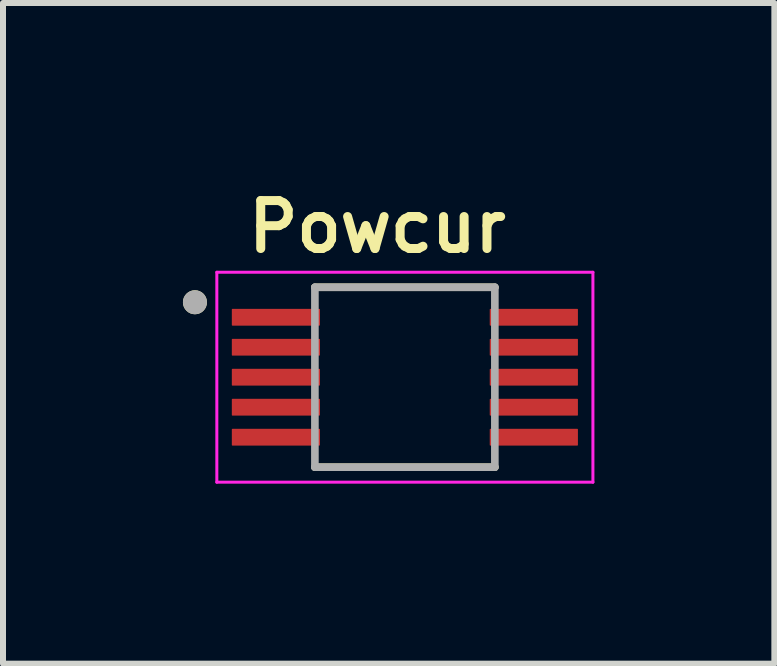
<source format=kicad_pcb>
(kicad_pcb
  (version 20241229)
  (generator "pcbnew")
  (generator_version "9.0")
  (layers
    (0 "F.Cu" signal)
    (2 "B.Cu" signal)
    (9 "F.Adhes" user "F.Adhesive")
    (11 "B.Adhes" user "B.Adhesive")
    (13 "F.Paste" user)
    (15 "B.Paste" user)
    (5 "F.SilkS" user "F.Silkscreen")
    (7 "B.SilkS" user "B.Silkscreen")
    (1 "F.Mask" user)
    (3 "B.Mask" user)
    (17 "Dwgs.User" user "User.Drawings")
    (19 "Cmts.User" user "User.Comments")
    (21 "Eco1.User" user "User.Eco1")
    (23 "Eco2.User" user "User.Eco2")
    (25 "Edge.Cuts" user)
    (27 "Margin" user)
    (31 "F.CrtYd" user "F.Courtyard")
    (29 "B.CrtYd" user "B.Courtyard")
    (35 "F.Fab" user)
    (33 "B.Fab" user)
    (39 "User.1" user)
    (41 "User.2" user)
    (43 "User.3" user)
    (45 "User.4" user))
  (footprint "Powcur"
    (layer "F.Cu")
    (at 3.7 3.239)
    (property "Reference" "Powcur" (at -0.46 -2.508 0) (layer "F.SilkS") (effects (font (size 0.8 0.8) (thickness 0.15))))
    (attr smd)
    (fp_line (start -1.5 -1.5) (end 1.5 -1.5) (stroke (width 0.127) (type solid)) (layer "F.SilkS"))
    (fp_line (start -1.5 1.5) (end 1.5 1.5) (stroke (width 0.127) (type solid)) (layer "F.SilkS"))
    (fp_circle (center -3.5 -1.25) (end -3.4 -1.25) (stroke (width 0.2) (type solid)) (fill no) (layer "F.SilkS"))
    (fp_line (start -3.135 -1.75) (end -3.135 1.75) (stroke (width 0.05) (type solid)) (layer "F.CrtYd"))
    (fp_line (start -3.135 -1.75) (end 3.135 -1.75) (stroke (width 0.05) (type solid)) (layer "F.CrtYd"))
    (fp_line (start -3.135 1.75) (end 3.135 1.75) (stroke (width 0.05) (type solid)) (layer "F.CrtYd"))
    (fp_line (start 3.135 -1.75) (end 3.135 1.75) (stroke (width 0.05) (type solid)) (layer "F.CrtYd"))
    (fp_line (start -1.5 -1.5) (end -1.5 1.5) (stroke (width 0.127) (type solid)) (layer "F.Fab"))
    (fp_line (start -1.5 -1.5) (end 1.5 -1.5) (stroke (width 0.127) (type solid)) (layer "F.Fab"))
    (fp_line (start -1.5 1.5) (end 1.5 1.5) (stroke (width 0.127) (type solid)) (layer "F.Fab"))
    (fp_line (start 1.5 -1.5) (end 1.5 1.5) (stroke (width 0.127) (type solid)) (layer "F.Fab"))
    (fp_circle (center -3.5 -1.25) (end -3.4 -1.25) (stroke (width 0.2) (type solid)) (fill no) (layer "F.Fab"))
    (pad "1" smd roundrect (at -2.15 -1) (size 1.47 0.28) (layers "F.Cu" "F.Mask" "F.Paste") (roundrect_rratio 0.04))
    (pad "2" smd roundrect (at -2.15 -0.5) (size 1.47 0.28) (layers "F.Cu" "F.Mask" "F.Paste") (roundrect_rratio 0.04))
    (pad "3" smd roundrect (at -2.15 0) (size 1.47 0.28) (layers "F.Cu" "F.Mask" "F.Paste") (roundrect_rratio 0.04))
    (pad "4" smd roundrect (at -2.15 0.5) (size 1.47 0.28) (layers "F.Cu" "F.Mask" "F.Paste") (roundrect_rratio 0.04))
    (pad "5" smd roundrect (at -2.15 1) (size 1.47 0.28) (layers "F.Cu" "F.Mask" "F.Paste") (roundrect_rratio 0.04))
    (pad "6" smd roundrect (at 2.15 1) (size 1.47 0.28) (layers "F.Cu" "F.Mask" "F.Paste") (roundrect_rratio 0.04))
    (pad "7" smd roundrect (at 2.15 0.5) (size 1.47 0.28) (layers "F.Cu" "F.Mask" "F.Paste") (roundrect_rratio 0.04))
    (pad "8" smd roundrect (at 2.15 0) (size 1.47 0.28) (layers "F.Cu" "F.Mask" "F.Paste") (roundrect_rratio 0.04))
    (pad "9" smd roundrect (at 2.15 -0.5) (size 1.47 0.28) (layers "F.Cu" "F.Mask" "F.Paste") (roundrect_rratio 0.04))
    (pad "10" smd roundrect (at 2.15 -1) (size 1.47 0.28) (layers "F.Cu" "F.Mask" "F.Paste") (roundrect_rratio 0.04)))
  (gr_rect
    (start -3 -3)
    (end 9.86 8.014)
    (stroke (width 0.1) (type default))
    (fill no)
    (layer "Edge.Cuts")))
</source>
